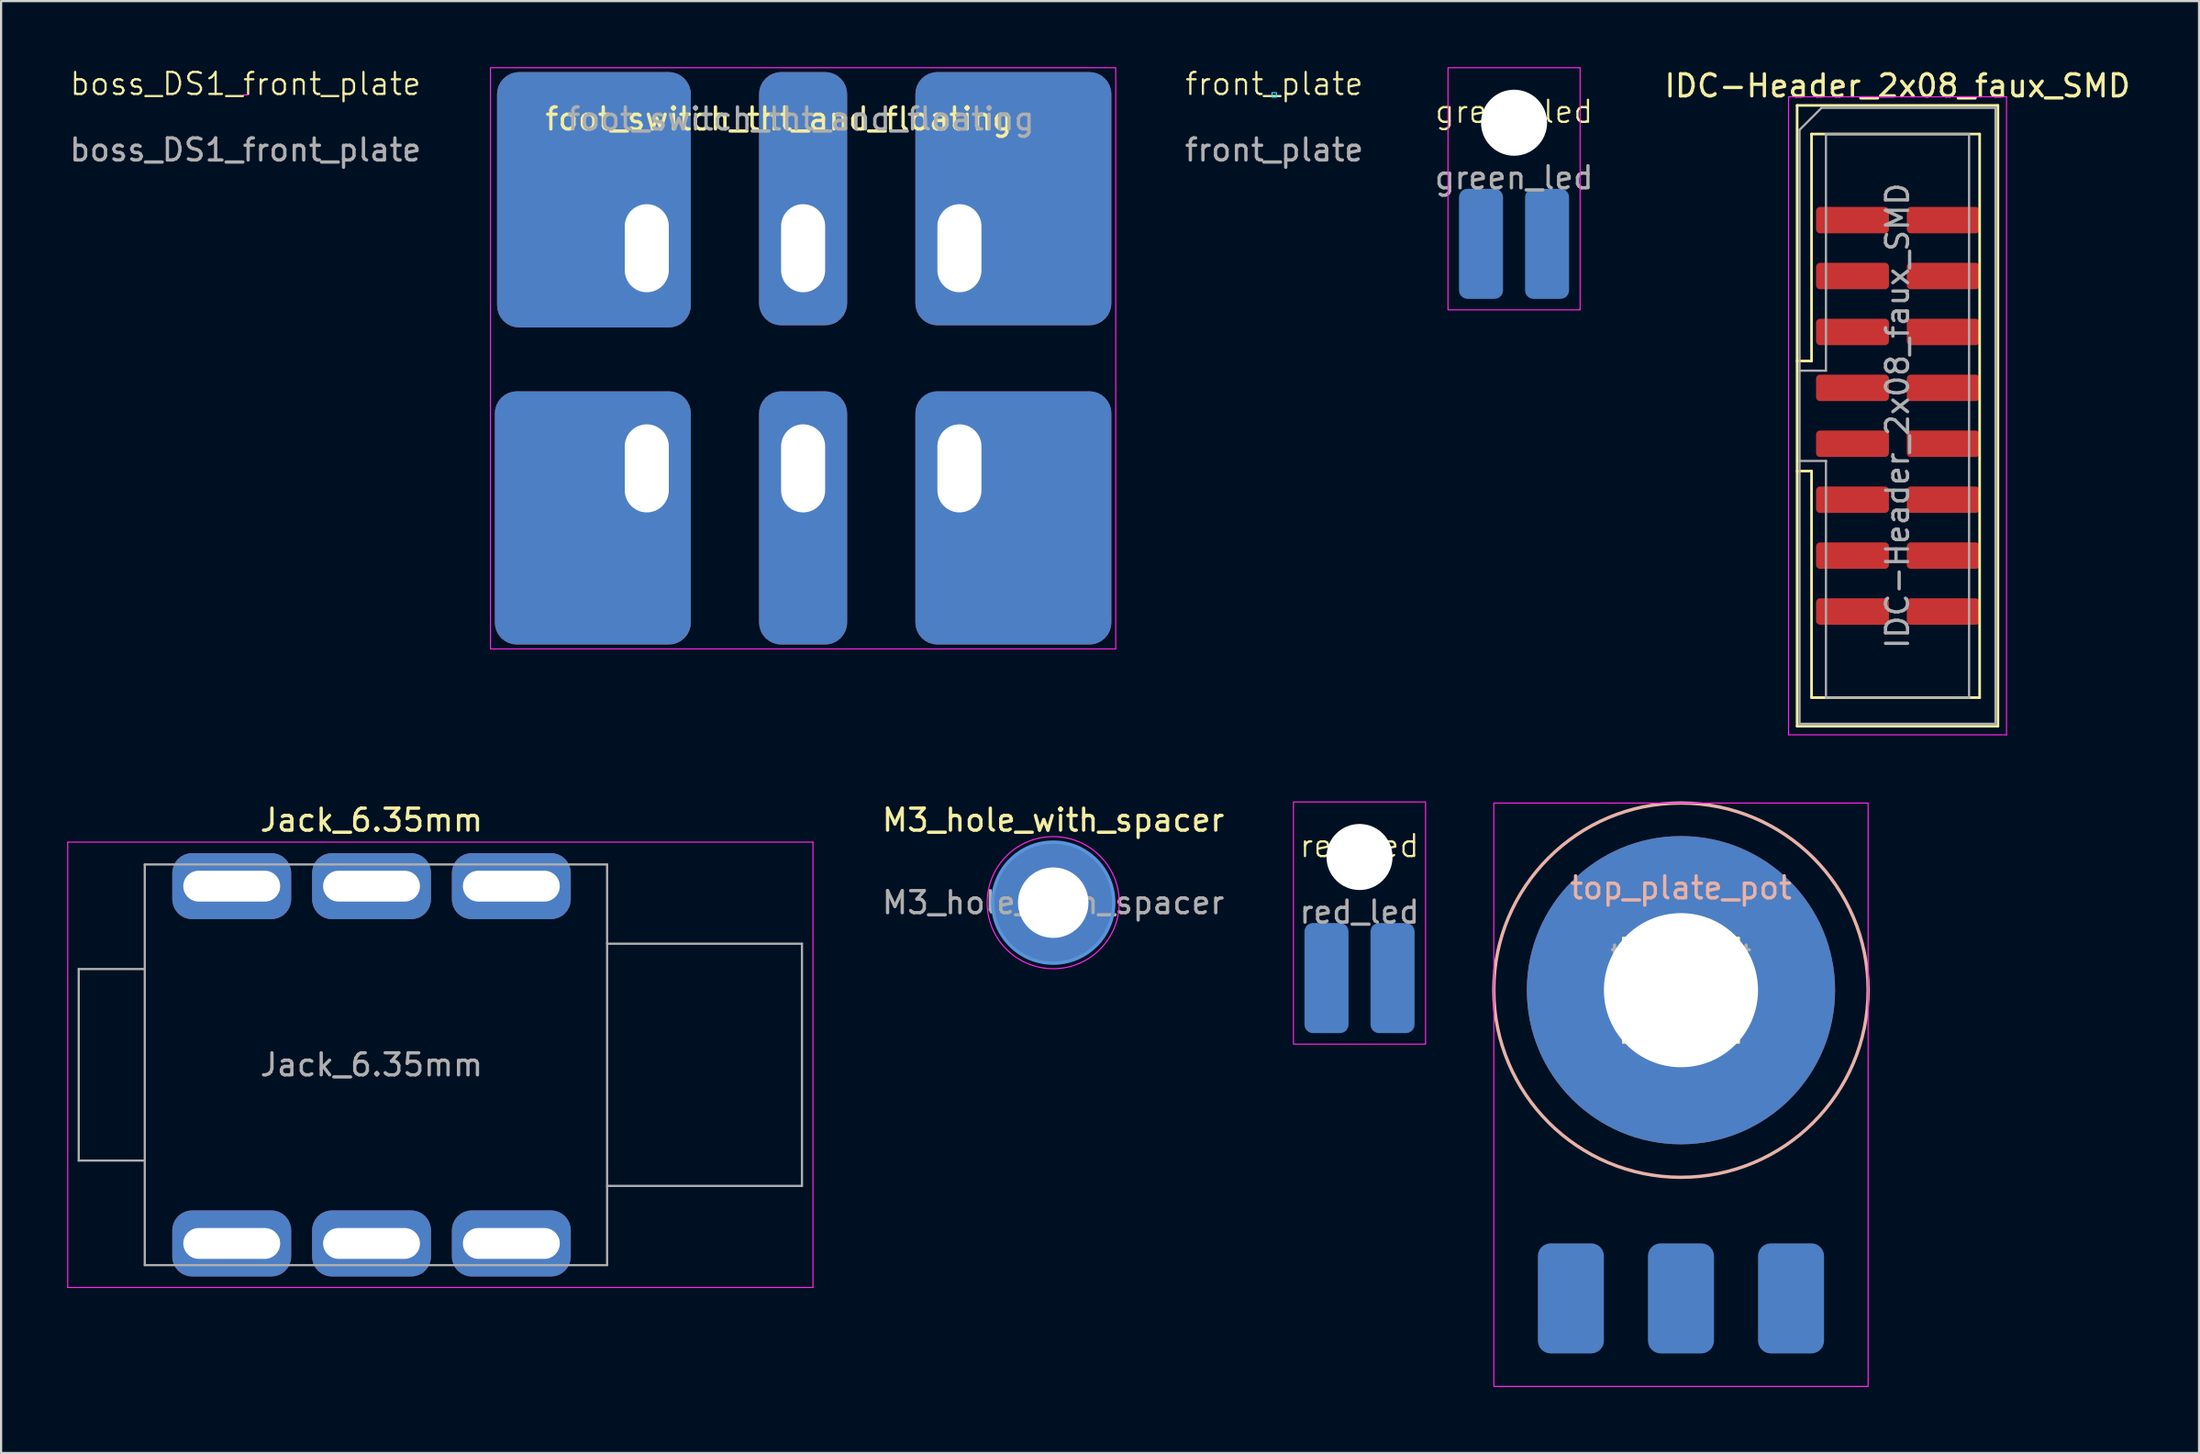
<source format=kicad_pcb>
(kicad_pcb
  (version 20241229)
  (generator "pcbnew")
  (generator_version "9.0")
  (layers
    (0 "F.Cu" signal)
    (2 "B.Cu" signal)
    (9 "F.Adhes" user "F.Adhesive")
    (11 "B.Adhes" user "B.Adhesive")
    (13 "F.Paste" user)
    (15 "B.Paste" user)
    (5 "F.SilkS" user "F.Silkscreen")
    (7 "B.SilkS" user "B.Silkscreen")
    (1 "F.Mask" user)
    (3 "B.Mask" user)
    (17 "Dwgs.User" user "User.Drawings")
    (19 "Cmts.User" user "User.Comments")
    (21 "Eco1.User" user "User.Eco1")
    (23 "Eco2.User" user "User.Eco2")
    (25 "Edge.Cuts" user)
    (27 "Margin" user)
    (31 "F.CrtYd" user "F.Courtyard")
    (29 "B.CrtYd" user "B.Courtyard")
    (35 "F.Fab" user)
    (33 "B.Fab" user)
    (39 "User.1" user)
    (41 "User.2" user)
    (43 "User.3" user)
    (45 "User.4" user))
  (footprint "foot_switch_tht_and_floating"
    (layer "F.Cu")
    (at 33.427 13.225)
    (property "Reference" "foot_switch_tht_and_floating" (at -1.1 -10.875 0) (layer "F.SilkS") (effects (font (size 1 1) (thickness 0.15))))
    (attr through_hole)
    (fp_rect (start -14.2 -13.2) (end 14.2 13.2) (stroke (width 0.05) (type default)) (fill no) (layer "F.CrtYd"))
    (fp_text user "${REFERENCE}" (at -0.1 -10.875 0) (layer "F.Fab") (effects (font (size 1 1) (thickness 0.15))))
    (pad "1" thru_hole roundrect (at -7.1 -5 180) (size 8.8 11.6) (drill oval 2 4 (offset 2.4 2.2)) (layers "*.Cu" "*.Mask") (roundrect_rratio 0.114))
    (pad "2" thru_hole roundrect (at 0 -5) (size 4 11.5) (drill oval 2 4 (offset 0 -2.25)) (layers "*.Cu" "*.Mask") (roundrect_rratio 0.25))
    (pad "3" thru_hole roundrect (at 7.1 -5 180) (size 8.9 11.5) (drill oval 2 4 (offset -2.45 2.25)) (layers "*.Cu" "*.Mask") (roundrect_rratio 0.112))
    (pad "4" thru_hole roundrect (at 7.1 5) (size 8.9 11.5) (drill oval 2 4 (offset 2.45 2.25)) (layers "*.Cu" "*.Mask") (roundrect_rratio 0.112))
    (pad "5" thru_hole roundrect (at 0 5) (size 4 11.5) (drill oval 2 4 (offset 0 2.25)) (layers "*.Cu" "*.Mask") (roundrect_rratio 0.25))
    (pad "6" thru_hole roundrect (at -7.1 5) (size 8.9 11.5) (drill oval 2 4 (offset -2.45 2.25)) (layers "*.Cu" "*.Mask") (roundrect_rratio 0.112)))
  (footprint "red_led"
    (layer "F.Cu")
    (at 58.699 35.878)
    (property "Reference" "red_led" (at 0 -0.5 0) (unlocked yes) (layer "F.SilkS") (effects (font (size 1 1) (thickness 0.1))))
    (attr through_hole)
    (fp_rect (start -3 -2.5) (end 3 8.5) (stroke (width 0.05) (type default)) (fill no) (layer "F.CrtYd"))
    (fp_text user "${REFERENCE}" (at 0 2.5 0) (unlocked yes) (layer "F.Fab") (effects (font (size 1 1) (thickness 0.15))))
    (pad "" np_thru_hole circle (at 0 0) (size 3 3) (drill 3) (layers "*.Cu" "*.Mask"))
    (pad "1" smd roundrect (at -1.5 5.5) (size 2 5) (layers "B.Cu" "B.Mask" "B.Paste") (roundrect_rratio 0.192))
    (pad "2" smd roundrect (at 1.5 5.5) (size 2 5) (layers "B.Cu" "B.Mask" "B.Paste") (roundrect_rratio 0.192)))
  (footprint "M3_hole_with_spacer"
    (layer "F.Cu")
    (at 44.787 37.952)
    (property "Reference" "M3_hole_with_spacer" (at 0 -3.75 0) (layer "F.SilkS") (effects (font (size 1 1) (thickness 0.15))))
    (attr exclude_from_pos_files exclude_from_bom)
    (fp_circle (center 0 0) (end 2.75 0) (stroke (width 0.15) (type solid)) (fill no) (layer "Cmts.User"))
    (fp_circle (center 0 0) (end 3 0) (stroke (width 0.05) (type solid)) (fill no) (layer "F.CrtYd"))
    (fp_text user "${REFERENCE}" (at 0 0 0) (layer "F.Fab") (effects (font (size 1 1) (thickness 0.15))))
    (pad "1" thru_hole circle (at 0 0) (size 3.6 3.6) (drill 3.2) (layers "*.Cu" "*.Mask"))
    (pad "1" connect circle (at 0 0) (size 5.5 5.5) (layers "F.Cu" "F.Mask"))
    (pad "1" connect circle (at 0 0) (size 5.5 5.5) (layers "B.Cu" "B.Mask")))
  (footprint "green_led"
    (layer "F.Cu")
    (at 65.718 2.525)
    (property "Reference" "green_led" (at 0 -0.5 0) (unlocked yes) (layer "F.SilkS") (effects (font (size 1 1) (thickness 0.1))))
    (attr through_hole)
    (fp_rect (start -3 -2.5) (end 3 8.5) (stroke (width 0.05) (type default)) (fill no) (layer "F.CrtYd"))
    (fp_text user "${REFERENCE}" (at 0 2.5 0) (unlocked yes) (layer "F.Fab") (effects (font (size 1 1) (thickness 0.15))))
    (pad "" np_thru_hole circle (at 0 0) (size 3 3) (drill 3) (layers "*.Cu" "*.Mask"))
    (pad "1" smd roundrect (at -1.5 5.5) (size 2 5) (layers "B.Cu" "B.Mask" "B.Paste") (roundrect_rratio 0.192))
    (pad "2" smd roundrect (at 1.5 5.5) (size 2 5) (layers "B.Cu" "B.Mask" "B.Paste") (roundrect_rratio 0.192)))
  (footprint "Jack_6.35mm"
    (layer "F.Cu")
    (at 7.475 37.202)
    (property "Reference" "Jack_6.35mm" (at 6.35 -3 0) (layer "F.SilkS") (effects (font (size 1 1) (thickness 0.15))))
    (attr through_hole)
    (fp_line (start -7.45 18.23) (end -7.45 -2) (stroke (width 0.05) (type solid)) (layer "F.CrtYd"))
    (fp_line (start -7.45 18.23) (end 26.4 18.23) (stroke (width 0.05) (type solid)) (layer "F.CrtYd"))
    (fp_line (start 26.4 -2) (end -7.45 -2) (stroke (width 0.05) (type solid)) (layer "F.CrtYd"))
    (fp_line (start 26.4 18.23) (end 26.4 -2) (stroke (width 0.05) (type solid)) (layer "F.CrtYd"))
    (fp_line (start -6.95 3.765) (end -3.95 3.765) (stroke (width 0.1) (type solid)) (layer "F.Fab"))
    (fp_line (start -6.95 12.465) (end -6.95 3.765) (stroke (width 0.1) (type solid)) (layer "F.Fab"))
    (fp_line (start -6.95 12.465) (end -3.95 12.465) (stroke (width 0.1) (type solid)) (layer "F.Fab"))
    (fp_line (start -3.95 17.215) (end -3.95 -0.985) (stroke (width 0.1) (type solid)) (layer "F.Fab"))
    (fp_line (start 17.05 -0.985) (end -3.95 -0.985) (stroke (width 0.1) (type solid)) (layer "F.Fab"))
    (fp_line (start 17.05 17.215) (end -3.95 17.215) (stroke (width 0.1) (type solid)) (layer "F.Fab"))
    (fp_line (start 17.05 17.215) (end 17.05 -0.985) (stroke (width 0.1) (type solid)) (layer "F.Fab"))
    (fp_line (start 25.9 2.615) (end 17.05 2.615) (stroke (width 0.1) (type solid)) (layer "F.Fab"))
    (fp_line (start 25.9 13.615) (end 17.05 13.615) (stroke (width 0.1) (type solid)) (layer "F.Fab"))
    (fp_line (start 25.9 13.615) (end 25.9 2.615) (stroke (width 0.1) (type solid)) (layer "F.Fab"))
    (fp_text user "${REFERENCE}" (at 6.35 8.115 0) (layer "F.Fab") (effects (font (size 1 1) (thickness 0.15))))
    (pad "R" thru_hole roundrect (at 6.35 0) (size 5.4 3) (drill oval 4.4 1.4) (layers "*.Cu" "*.Mask") (roundrect_rratio 0.3))
    (pad "RN" thru_hole roundrect (at 6.35 16.23) (size 5.4 3) (drill oval 4.4 1.4) (layers "*.Cu" "*.Mask") (roundrect_rratio 0.3))
    (pad "S" thru_hole roundrect (at 12.7 0) (size 5.4 3) (drill oval 4.4 1.4) (layers "*.Cu" "*.Mask") (roundrect_rratio 0.3))
    (pad "SN" thru_hole roundrect (at 12.7 16.23) (size 5.4 3) (drill oval 4.4 1.4) (layers "*.Cu" "*.Mask") (roundrect_rratio 0.3))
    (pad "T" thru_hole roundrect (at 0 0) (size 5.4 3) (drill oval 4.4 1.4) (layers "*.Cu" "*.Mask") (roundrect_rratio 0.3))
    (pad "TN" thru_hole roundrect (at 0 16.23) (size 5.4 3) (drill oval 4.4 1.4) (layers "*.Cu" "*.Mask") (roundrect_rratio 0.3)))
  (footprint "boss_DS1_front_plate"
    (layer "F.Cu")
    (at 8.101 1.26)
    (property "Reference" "boss_DS1_front_plate" (at 0 -0.5 0) (unlocked yes) (layer "F.SilkS") (effects (font (size 1 1) (thickness 0.1))))
    (attr through_hole)
    (fp_line (start -0.1 0) (end 0.1 0) (stroke (width 0.05) (type default)) (layer "F.CrtYd"))
    (fp_text user "${REFERENCE}" (at 0 2.5 0) (unlocked yes) (layer "F.Fab") (effects (font (size 1 1) (thickness 0.15)))))
  (footprint "front_plate"
    (layer "F.Cu")
    (at 54.825 1.26)
    (property "Reference" "front_plate" (at 0 -0.5 0) (unlocked yes) (layer "F.SilkS") (effects (font (size 1 1) (thickness 0.1))))
    (attr through_hole)
    (fp_rect (start -0.1 -0.1) (end 0.1 0.1) (stroke (width 0.05) (type default)) (fill no) (layer "B.CrtYd"))
    (fp_text user "${REFERENCE}" (at 0 2.5 0) (unlocked yes) (layer "F.Fab") (effects (font (size 1 1) (thickness 0.15)))))
  (footprint "top_plate_pot"
    (layer "F.Cu")
    (at 73.299 41.928)
    (property "Reference" "top_plate_pot" (at 0 -4.65 0) (layer "B.SilkS") (effects (font (size 1 1) (thickness 0.15))))
    (attr smd)
    (fp_line (start -2.62 -2.37) (end -2.62 2.37) (stroke (width 0.12) (type solid)) (layer "F.SilkS"))
    (fp_line (start -2.62 -2.37) (end -2.06 -2.37) (stroke (width 0.12) (type solid)) (layer "F.SilkS"))
    (fp_line (start -2.62 2.37) (end -1.26 2.37) (stroke (width 0.12) (type solid)) (layer "F.SilkS"))
    (fp_line (start -0.24 -2.37) (end 0.24 -2.37) (stroke (width 0.12) (type solid)) (layer "F.SilkS"))
    (fp_line (start 1.26 2.37) (end 2.62 2.37) (stroke (width 0.12) (type solid)) (layer "F.SilkS"))
    (fp_line (start 2.06 -2.37) (end 2.62 -2.37) (stroke (width 0.12) (type solid)) (layer "F.SilkS"))
    (fp_line (start 2.62 -2.37) (end 2.62 2.37) (stroke (width 0.12) (type solid)) (layer "F.SilkS"))
    (fp_circle (center 0 0) (end 8.5 0) (stroke (width 0.15) (type default)) (fill no) (layer "B.SilkS"))
    (fp_rect (start -8.5 -8.5) (end 8.5 18) (stroke (width 0.05) (type default)) (fill no) (layer "F.CrtYd"))
    (fp_line (start -2.5 -2.25) (end -2.5 2.25) (stroke (width 0.1) (type solid)) (layer "F.Fab"))
    (fp_line (start -2.5 2.25) (end 2.5 2.25) (stroke (width 0.1) (type solid)) (layer "F.Fab"))
    (fp_line (start 2.5 -2.25) (end -2.5 -2.25) (stroke (width 0.1) (type solid)) (layer "F.Fab"))
    (fp_line (start 2.5 2.25) (end 2.5 -2.25) (stroke (width 0.1) (type solid)) (layer "F.Fab"))
    (fp_text user "${REFERENCE}" (at 0 -1.7 0) (layer "F.Fab") (effects (font (size 0.63 0.63) (thickness 0.15))))
    (pad "1" smd roundrect (at -5 14) (size 3 5) (layers "B.Cu" "B.Mask" "B.Paste") (roundrect_rratio 0.192))
    (pad "2" smd roundrect (at 0 14) (size 3 5) (layers "B.Cu" "B.Mask" "B.Paste") (roundrect_rratio 0.192))
    (pad "3" smd roundrect (at 5 14) (size 3 5) (layers "B.Cu" "B.Mask" "B.Paste") (roundrect_rratio 0.192))
    (pad "MH" thru_hole circle (at 0 0) (size 14 14) (drill 7) (layers "*.Cu" "*.Mask")))
  (footprint "IDC-Header_2x08_faux_SMD"
    (layer "F.Cu")
    (at 81.865 6.948)
    (property "Reference" "IDC-Header_2x08_faux_SMD" (at 1.27 -6.1 0) (layer "F.SilkS") (effects (font (size 1 1) (thickness 0.15))))
    (attr through_hole)
    (fp_line (start -3.29 -5.21) (end 5.83 -5.21) (stroke (width 0.12) (type solid)) (layer "F.SilkS"))
    (fp_line (start -3.29 6.4) (end -2.635 6.4) (stroke (width 0.12) (type solid)) (layer "F.SilkS"))
    (fp_line (start -3.29 22.99) (end -3.29 -5.21) (stroke (width 0.12) (type solid)) (layer "F.SilkS"))
    (fp_line (start -2.635 -3.91) (end 5 -3.91) (stroke (width 0.12) (type solid)) (layer "F.SilkS"))
    (fp_line (start -2.635 6.4) (end -2.635 -3.91) (stroke (width 0.12) (type solid)) (layer "F.SilkS"))
    (fp_line (start -2.635 11.4) (end -3.29 11.4) (stroke (width 0.12) (type solid)) (layer "F.SilkS"))
    (fp_line (start -2.635 21.69) (end -2.635 11.4) (stroke (width 0.12) (type solid)) (layer "F.SilkS"))
    (fp_line (start 5 -3.91) (end 5 21.69) (stroke (width 0.12) (type solid)) (layer "F.SilkS"))
    (fp_line (start 5 21.69) (end -2.635 21.69) (stroke (width 0.12) (type solid)) (layer "F.SilkS"))
    (fp_line (start 5.83 -5.21) (end 5.83 22.99) (stroke (width 0.12) (type solid)) (layer "F.SilkS"))
    (fp_line (start 5.83 22.99) (end -3.29 22.99) (stroke (width 0.12) (type solid)) (layer "F.SilkS"))
    (fp_line (start -3.68 -5.6) (end -3.68 23.38) (stroke (width 0.05) (type solid)) (layer "F.CrtYd"))
    (fp_line (start -3.68 23.38) (end 6.22 23.38) (stroke (width 0.05) (type solid)) (layer "F.CrtYd"))
    (fp_line (start 6.22 -5.6) (end -3.68 -5.6) (stroke (width 0.05) (type solid)) (layer "F.CrtYd"))
    (fp_line (start 6.22 23.38) (end 6.22 -5.6) (stroke (width 0.05) (type solid)) (layer "F.CrtYd"))
    (fp_line (start -3.18 -4.1) (end -2.18 -5.1) (stroke (width 0.1) (type solid)) (layer "F.Fab"))
    (fp_line (start -3.18 6.84) (end -1.98 6.84) (stroke (width 0.1) (type solid)) (layer "F.Fab"))
    (fp_line (start -3.18 22.88) (end -3.18 -4.1) (stroke (width 0.1) (type solid)) (layer "F.Fab"))
    (fp_line (start -2.18 -5.1) (end 5.72 -5.1) (stroke (width 0.1) (type solid)) (layer "F.Fab"))
    (fp_line (start -1.98 -3.91) (end 4.52 -3.91) (stroke (width 0.1) (type solid)) (layer "F.Fab"))
    (fp_line (start -1.98 6.84) (end -1.98 -3.91) (stroke (width 0.1) (type solid)) (layer "F.Fab"))
    (fp_line (start -1.98 10.94) (end -3.18 10.94) (stroke (width 0.1) (type solid)) (layer "F.Fab"))
    (fp_line (start -1.98 10.94) (end -1.98 10.94) (stroke (width 0.1) (type solid)) (layer "F.Fab"))
    (fp_line (start -1.98 21.69) (end -1.98 10.94) (stroke (width 0.1) (type solid)) (layer "F.Fab"))
    (fp_line (start 4.52 -3.91) (end 4.52 21.69) (stroke (width 0.1) (type solid)) (layer "F.Fab"))
    (fp_line (start 4.52 21.69) (end -1.98 21.69) (stroke (width 0.1) (type solid)) (layer "F.Fab"))
    (fp_line (start 5.72 -5.1) (end 5.72 22.88) (stroke (width 0.1) (type solid)) (layer "F.Fab"))
    (fp_line (start 5.72 22.88) (end -3.18 22.88) (stroke (width 0.1) (type solid)) (layer "F.Fab"))
    (fp_text user "${REFERENCE}" (at 1.27 8.89 90) (layer "F.Fab") (effects (font (size 1 1) (thickness 0.15))))
    (pad "1" smd roundrect (at -0.2 0) (size 3.31 1.2) (drill (offset -0.575 0)) (layers "F.Cu" "F.Mask") (roundrect_rratio 0.147))
    (pad "2" smd roundrect (at 3.345 0) (size 3.31 1.2) (layers "F.Cu" "F.Mask") (roundrect_rratio 0.147))
    (pad "3" smd roundrect (at -0.775 2.54) (size 3.31 1.2) (layers "F.Cu" "F.Mask") (roundrect_rratio 0.147))
    (pad "4" smd roundrect (at 3.345 2.54) (size 3.31 1.2) (layers "F.Cu" "F.Mask") (roundrect_rratio 0.147))
    (pad "5" smd roundrect (at -0.775 5.08) (size 3.31 1.2) (layers "F.Cu" "F.Mask") (roundrect_rratio 0.147))
    (pad "6" smd roundrect (at 3.345 5.08) (size 3.31 1.2) (layers "F.Cu" "F.Mask") (roundrect_rratio 0.147))
    (pad "7" smd roundrect (at -0.775 7.62) (size 3.31 1.2) (layers "F.Cu" "F.Mask") (roundrect_rratio 0.147))
    (pad "8" smd roundrect (at 3.345 7.62) (size 3.31 1.2) (layers "F.Cu" "F.Mask") (roundrect_rratio 0.147))
    (pad "9" smd roundrect (at -0.775 10.16) (size 3.31 1.2) (layers "F.Cu" "F.Mask") (roundrect_rratio 0.147))
    (pad "10" smd roundrect (at 3.345 10.16) (size 3.31 1.2) (layers "F.Cu" "F.Mask") (roundrect_rratio 0.147))
    (pad "11" smd roundrect (at -0.775 12.7) (size 3.31 1.2) (layers "F.Cu" "F.Mask") (roundrect_rratio 0.147))
    (pad "12" smd roundrect (at 3.345 12.7) (size 3.31 1.2) (layers "F.Cu" "F.Mask") (roundrect_rratio 0.147))
    (pad "13" smd roundrect (at -0.775 15.24) (size 3.31 1.2) (layers "F.Cu" "F.Mask") (roundrect_rratio 0.147))
    (pad "14" smd roundrect (at 3.345 15.24) (size 3.31 1.2) (layers "F.Cu" "F.Mask") (roundrect_rratio 0.147))
    (pad "15" smd roundrect (at -0.775 17.78) (size 3.31 1.2) (layers "F.Cu" "F.Mask") (roundrect_rratio 0.147))
    (pad "16" smd roundrect (at 3.345 17.78) (size 3.31 1.2) (layers "F.Cu" "F.Mask") (roundrect_rratio 0.147)))
  (gr_rect
    (start -3 -3)
    (end 96.831 62.953)
    (stroke (width 0.1) (type default))
    (fill no)
    (layer "Edge.Cuts")))
</source>
